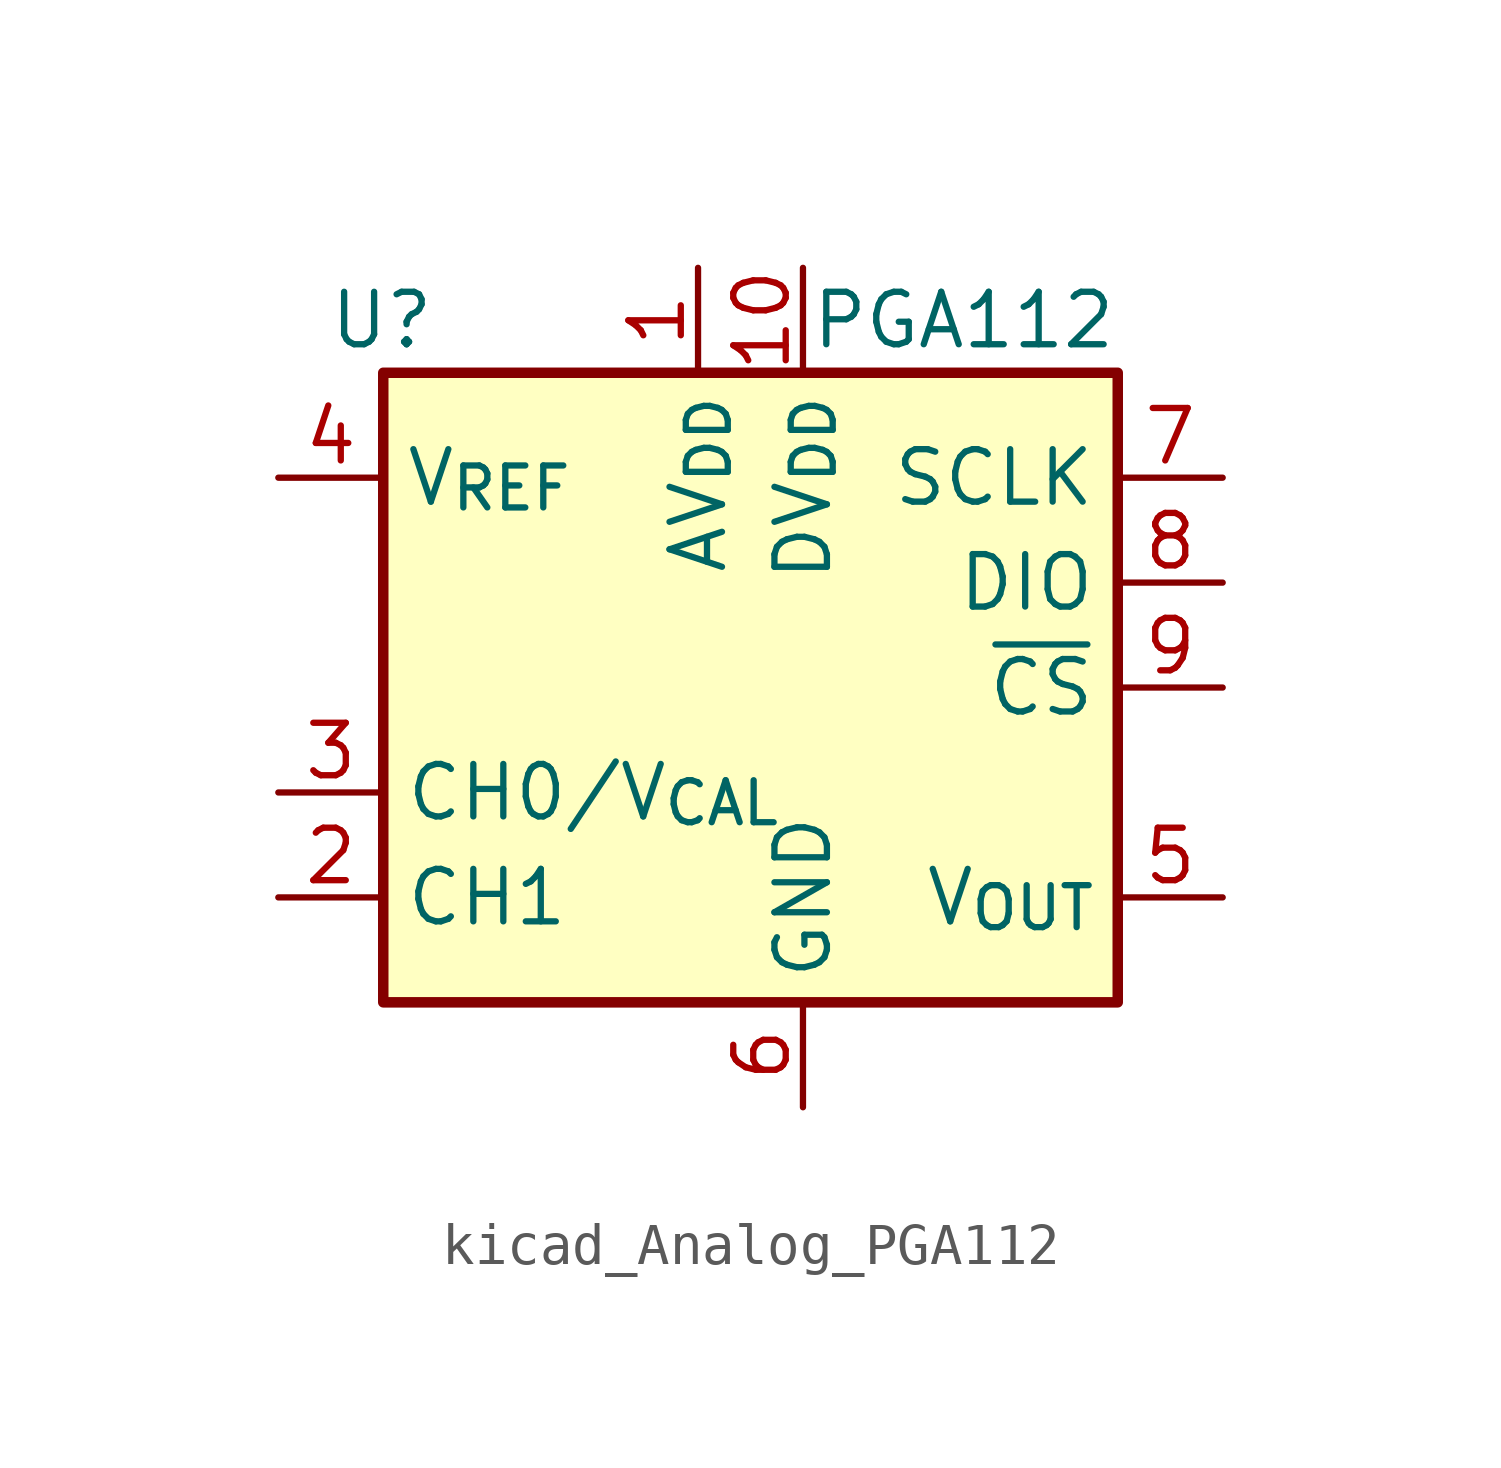
<source format=kicad_sym>
(kicad_symbol_lib
  (version 20220914)
  (generator kicad_symbol_editor)
  (symbol "kicad_Analog_PGA112"
    (property "Reference" "U"
      (at -8.89 8.89 0)
      (effects (font (size 1.27 1.27)) (justify right)))
    (property "Value" "PGA112"
      (at 7.62 8.89 0)
      (effects (font (size 1.27 1.27)) (justify right)))
    (symbol "kicad_Analog_PGA112_0_1"
      (rectangle (start -10.16 7.62) (end 7.62 -7.62) (stroke (width 0.254) (type default)) (fill (type background))))
    (symbol "kicad_Analog_PGA112_1_1"
      (pin power_in line (at -2.54 10.16 270) (length 2.54) (name "AV_{DD}" (effects (font (size 1.27 1.27)))) (number "1" (effects (font (size 1.27 1.27)))))
      (pin power_in line (at 0 10.16 270) (length 2.54) (name "DV_{DD}" (effects (font (size 1.27 1.27)))) (number "10" (effects (font (size 1.27 1.27)))))
      (pin input line (at -12.7 -5.08 0) (length 2.54) (name "CH1" (effects (font (size 1.27 1.27)))) (number "2" (effects (font (size 1.27 1.27)))))
      (pin input line (at -12.7 -2.54 0) (length 2.54) (name "CH0/V_{CAL}" (effects (font (size 1.27 1.27)))) (number "3" (effects (font (size 1.27 1.27)))))
      (pin input line (at -12.7 5.08 0) (length 2.54) (name "V_{REF}" (effects (font (size 1.27 1.27)))) (number "4" (effects (font (size 1.27 1.27)))))
      (pin output line (at 10.16 -5.08 180) (length 2.54) (name "V_{OUT}" (effects (font (size 1.27 1.27)))) (number "5" (effects (font (size 1.27 1.27)))))
      (pin power_in line (at 0 -10.16 90) (length 2.54) (name "GND" (effects (font (size 1.27 1.27)))) (number "6" (effects (font (size 1.27 1.27)))))
      (pin input line (at 10.16 5.08 180) (length 2.54) (name "SCLK" (effects (font (size 1.27 1.27)))) (number "7" (effects (font (size 1.27 1.27)))))
      (pin bidirectional line (at 10.16 2.54 180) (length 2.54) (name "DIO" (effects (font (size 1.27 1.27)))) (number "8" (effects (font (size 1.27 1.27)))))
      (pin input line (at 10.16 0 180) (length 2.54) (name "~{CS}" (effects (font (size 1.27 1.27)))) (number "9" (effects (font (size 1.27 1.27))))))))
</source>
